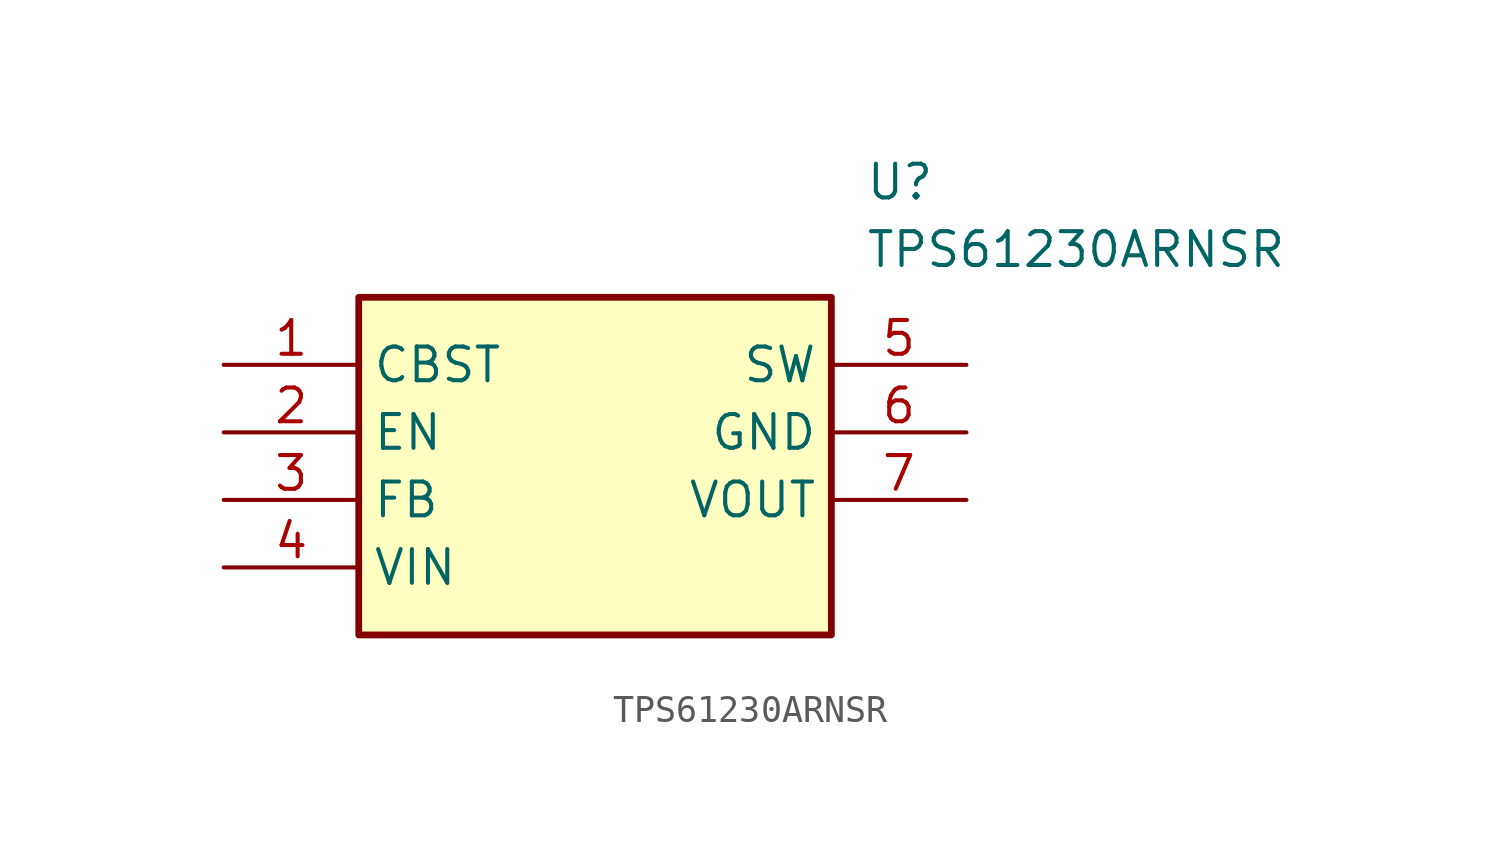
<source format=kicad_sym>
(kicad_symbol_lib
  (version 20211014)
  (generator SamacSys_ECAD_Model)
  (symbol "TPS61230ARNSR"
    (property "Reference" "U"
      (at 24.13 7.62 0)
      (effects (font (size 1.27 1.27)) (justify left top)))
    (property "Value" "TPS61230ARNSR"
      (at 24.13 5.08 0)
      (effects (font (size 1.27 1.27)) (justify left top)))
    (rectangle
      (start 5.08 2.54)
      (end 22.86 -10.16)
      (stroke (width 0.254) (type default))
      (fill (type background)))
    (pin passive line
      (at 0 0 0)
      (length 5.08)
      (name "CBST" (effects (font (size 1.27 1.27))))
      (number "1" (effects (font (size 1.27 1.27)))))
    (pin passive line
      (at 0 -2.54 0)
      (length 5.08)
      (name "EN" (effects (font (size 1.27 1.27))))
      (number "2" (effects (font (size 1.27 1.27)))))
    (pin passive line
      (at 0 -5.08 0)
      (length 5.08)
      (name "FB" (effects (font (size 1.27 1.27))))
      (number "3" (effects (font (size 1.27 1.27)))))
    (pin passive line
      (at 0 -7.62 0)
      (length 5.08)
      (name "VIN" (effects (font (size 1.27 1.27))))
      (number "4" (effects (font (size 1.27 1.27)))))
    (pin passive line
      (at 27.94 0 180)
      (length 5.08)
      (name "SW" (effects (font (size 1.27 1.27))))
      (number "5" (effects (font (size 1.27 1.27)))))
    (pin passive line
      (at 27.94 -2.54 180)
      (length 5.08)
      (name "GND" (effects (font (size 1.27 1.27))))
      (number "6" (effects (font (size 1.27 1.27)))))
    (pin passive line
      (at 27.94 -5.08 180)
      (length 5.08)
      (name "VOUT" (effects (font (size 1.27 1.27))))
      (number "7" (effects (font (size 1.27 1.27)))))))
</source>
